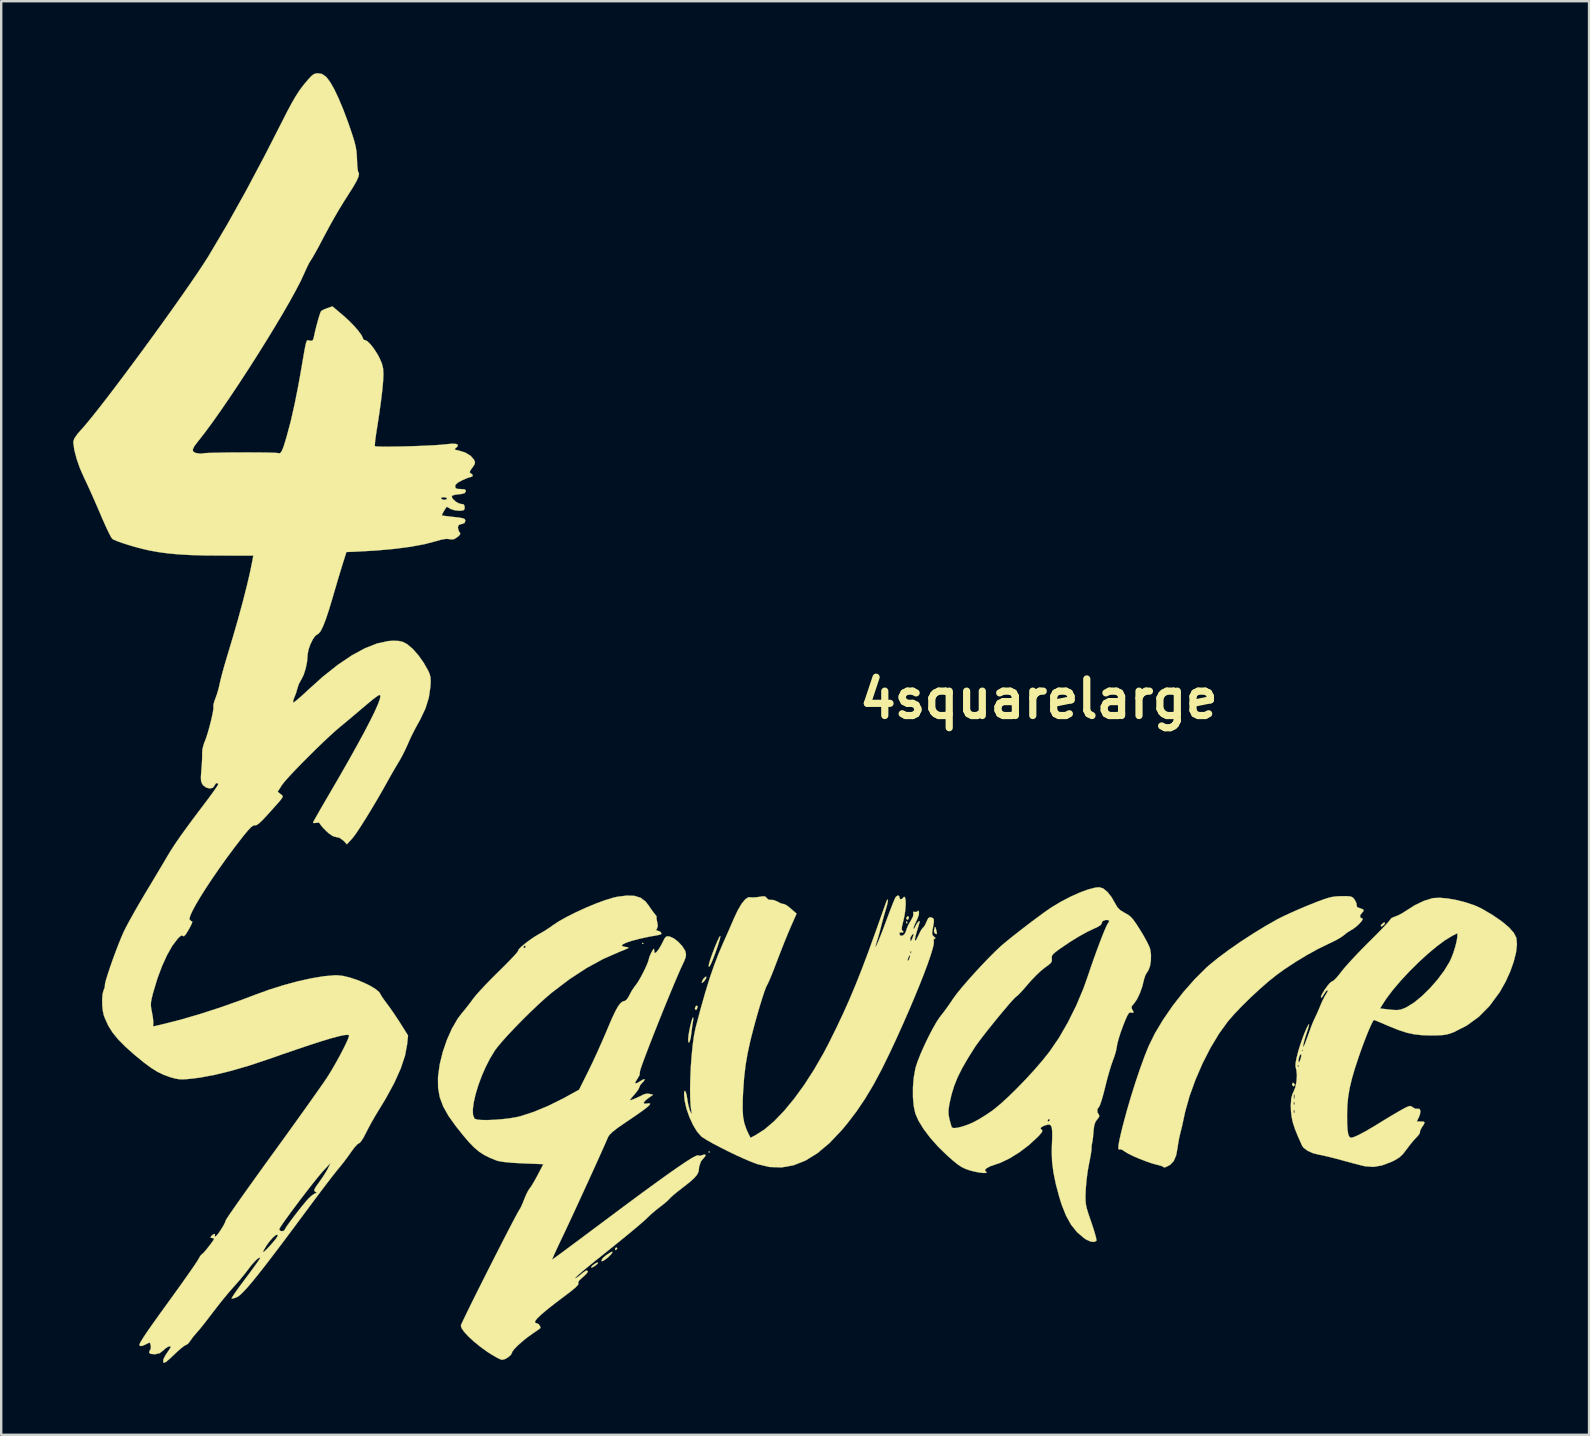
<source format=kicad_pcb>
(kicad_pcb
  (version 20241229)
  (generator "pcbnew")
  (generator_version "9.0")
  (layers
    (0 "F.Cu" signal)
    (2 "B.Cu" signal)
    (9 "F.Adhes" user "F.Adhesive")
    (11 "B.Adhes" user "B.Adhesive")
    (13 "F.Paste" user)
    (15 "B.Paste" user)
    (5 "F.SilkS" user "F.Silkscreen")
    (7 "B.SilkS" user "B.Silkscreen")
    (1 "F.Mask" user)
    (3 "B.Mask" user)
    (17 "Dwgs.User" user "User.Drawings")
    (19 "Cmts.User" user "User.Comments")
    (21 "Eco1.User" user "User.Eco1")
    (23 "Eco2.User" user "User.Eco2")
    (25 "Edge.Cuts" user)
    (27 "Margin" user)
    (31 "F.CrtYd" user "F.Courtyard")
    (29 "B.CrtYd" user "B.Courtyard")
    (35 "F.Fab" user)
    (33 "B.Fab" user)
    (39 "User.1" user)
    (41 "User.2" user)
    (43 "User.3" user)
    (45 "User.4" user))
  (footprint "4squarelarge"
    (layer "F.Cu")
    (at 40.249 26.082)
    (property "Reference" "4squarelarge" (at 0 0 0) (layer "F.SilkS") (effects (font (size 1.524 1.524) (thickness 0.3))))
    (attr through_hole)
    (fp_poly (pts (xy -16.482 10.188) (xy -16.51 10.216) (xy -16.538 10.188) (xy -16.51 10.16) (xy -16.482 10.188)) (stroke (width 0.01) (type solid)) (fill yes) (layer "F.SilkS"))
    (fp_poly (pts (xy -13.716 18.881) (xy -13.744 18.909) (xy -13.772 18.881) (xy -13.744 18.852) (xy -13.716 18.881)) (stroke (width 0.01) (type solid)) (fill yes) (layer "F.SilkS"))
    (fp_poly (pts (xy -5.494 9.276) (xy -5.487 9.343) (xy -5.494 9.351) (xy -5.527 9.343) (xy -5.532 9.313) (xy -5.511 9.267) (xy -5.494 9.276)) (stroke (width 0.01) (type solid)) (fill yes) (layer "F.SilkS"))
    (fp_poly (pts (xy -17.574 22.895) (xy -17.582 22.916) (xy -17.633 22.97) (xy -17.642 22.973) (xy -17.666 22.929) (xy -17.667 22.916) (xy -17.624 22.862) (xy -17.607 22.86) (xy -17.574 22.895)) (stroke (width 0.01) (type solid)) (fill yes) (layer "F.SilkS"))
    (fp_poly (pts (xy -14.232 12.797) (xy -14.224 12.834) (xy -14.257 12.932) (xy -14.28 12.954) (xy -14.329 12.942) (xy -14.337 12.904) (xy -14.304 12.807) (xy -14.28 12.785) (xy -14.232 12.797)) (stroke (width 0.01) (type solid)) (fill yes) (layer "F.SilkS"))
    (fp_poly (pts (xy -5.427 9.072) (xy -5.419 9.112) (xy -5.448 9.19) (xy -5.475 9.2) (xy -5.53 9.16) (xy -5.532 9.147) (xy -5.491 9.071) (xy -5.475 9.059) (xy -5.427 9.072)) (stroke (width 0.01) (type solid)) (fill yes) (layer "F.SilkS"))
    (fp_poly (pts (xy 10.612 16.002) (xy 10.666 16.074) (xy 10.668 16.09) (xy 10.625 16.142) (xy 10.612 16.143) (xy 10.562 16.097) (xy 10.555 16.055) (xy 10.582 15.997) (xy 10.612 16.002)) (stroke (width 0.01) (type solid)) (fill yes) (layer "F.SilkS"))
    (fp_poly (pts (xy 14.424 9.347) (xy 14.393 9.398) (xy 14.308 9.469) (xy 14.267 9.483) (xy 14.249 9.449) (xy 14.28 9.398) (xy 14.365 9.327) (xy 14.407 9.313) (xy 14.424 9.347)) (stroke (width 0.01) (type solid)) (fill yes) (layer "F.SilkS"))
    (fp_poly (pts (xy -18.374 23.512) (xy -18.443 23.582) (xy -18.457 23.594) (xy -18.576 23.673) (xy -18.65 23.701) (xy -18.661 23.677) (xy -18.591 23.603) (xy -18.578 23.592) (xy -18.464 23.513) (xy -18.381 23.482) (xy -18.374 23.512)) (stroke (width 0.01) (type solid)) (fill yes) (layer "F.SilkS"))
    (fp_poly (pts (xy -13.868 11.639) (xy -13.934 11.742) (xy -13.938 11.747) (xy -14.015 11.822) (xy -14.052 11.826) (xy -14.053 11.822) (xy -14.026 11.735) (xy -13.964 11.641) (xy -13.896 11.579) (xy -13.86 11.577) (xy -13.868 11.639)) (stroke (width 0.01) (type solid)) (fill yes) (layer "F.SilkS"))
    (fp_poly (pts (xy -4.314 9.509) (xy -4.282 9.618) (xy -4.281 9.621) (xy -4.251 9.756) (xy -4.264 9.802) (xy -4.325 9.778) (xy -4.332 9.774) (xy -4.372 9.689) (xy -4.362 9.594) (xy -4.335 9.503) (xy -4.314 9.509)) (stroke (width 0.01) (type solid)) (fill yes) (layer "F.SilkS"))
    (fp_poly (pts (xy -17.779 23.073) (xy -17.834 23.15) (xy -17.936 23.252) (xy -18.006 23.312) (xy -18.146 23.412) (xy -18.217 23.434) (xy -18.232 23.405) (xy -18.181 23.309) (xy -18.04 23.186) (xy -17.851 23.063) (xy -17.78 23.037) (xy -17.779 23.073)) (stroke (width 0.01) (type solid)) (fill yes) (layer "F.SilkS"))
    (fp_poly (pts (xy -14.401 13.297) (xy -14.409 13.399) (xy -14.415 13.434) (xy -14.443 13.605) (xy -14.473 13.826) (xy -14.488 13.958) (xy -14.516 14.139) (xy -14.551 14.266) (xy -14.584 14.324) (xy -14.609 14.299) (xy -14.617 14.185) (xy -14.604 14.038) (xy -14.573 13.844) (xy -14.53 13.636) (xy -14.484 13.449) (xy -14.442 13.317) (xy -14.42 13.276) (xy -14.401 13.297)) (stroke (width 0.01) (type solid)) (fill yes) (layer "F.SilkS"))
    (fp_poly (pts (xy -13.277 9.884) (xy -13.289 9.972) (xy -13.334 10.137) (xy -13.403 10.349) (xy -13.485 10.582) (xy -13.57 10.806) (xy -13.648 10.995) (xy -13.71 11.119) (xy -13.73 11.148) (xy -13.763 11.151) (xy -13.751 11.052) (xy -13.748 11.039) (xy -13.704 10.885) (xy -13.637 10.69) (xy -13.557 10.476) (xy -13.473 10.266) (xy -13.394 10.081) (xy -13.329 9.945) (xy -13.287 9.88) (xy -13.277 9.884)) (stroke (width 0.01) (type solid)) (fill yes) (layer "F.SilkS"))
    (fp_poly (pts (xy 12.973 8.229) (xy 13.061 8.259) (xy 13.124 8.317) (xy 13.163 8.37) (xy 13.231 8.498) (xy 13.247 8.6) (xy 13.245 8.606) (xy 13.267 8.678) (xy 13.381 8.721) (xy 13.513 8.768) (xy 13.537 8.832) (xy 13.462 8.918) (xy 13.388 9.018) (xy 13.391 9.105) (xy 13.47 9.144) (xy 13.473 9.144) (xy 13.498 9.175) (xy 13.454 9.255) (xy 13.359 9.364) (xy 13.233 9.481) (xy 13.096 9.585) (xy 13.01 9.635) (xy 12.843 9.739) (xy 12.697 9.856) (xy 12.58 9.939) (xy 12.393 10.047) (xy 12.166 10.161) (xy 12.062 10.208) (xy 11.644 10.412) (xy 11.177 10.669) (xy 10.695 10.961) (xy 10.234 11.265) (xy 9.919 11.492) (xy 9.582 11.761) (xy 9.209 12.086) (xy 8.825 12.442) (xy 8.456 12.805) (xy 8.127 13.15) (xy 7.866 13.452) (xy 7.502 13.957) (xy 7.148 14.547) (xy 6.818 15.194) (xy 6.525 15.872) (xy 6.279 16.552) (xy 6.095 17.207) (xy 6.039 17.47) (xy 5.987 17.715) (xy 5.927 17.968) (xy 5.895 18.09) (xy 5.841 18.325) (xy 5.796 18.584) (xy 5.784 18.68) (xy 5.722 19.018) (xy 5.62 19.259) (xy 5.472 19.414) (xy 5.426 19.441) (xy 5.296 19.506) (xy 5.23 19.526) (xy 5.19 19.508) (xy 5.176 19.494) (xy 5.102 19.461) (xy 4.964 19.423) (xy 4.927 19.415) (xy 4.725 19.36) (xy 4.472 19.273) (xy 4.201 19.168) (xy 3.942 19.057) (xy 3.728 18.953) (xy 3.59 18.868) (xy 3.589 18.867) (xy 3.473 18.791) (xy 3.392 18.767) (xy 3.384 18.769) (xy 3.334 18.78) (xy 3.312 18.726) (xy 3.319 18.598) (xy 3.356 18.388) (xy 3.424 18.087) (xy 3.503 17.768) (xy 3.66 17.183) (xy 3.838 16.574) (xy 4.029 15.968) (xy 4.223 15.392) (xy 4.412 14.874) (xy 4.571 14.478) (xy 4.835 13.939) (xy 5.178 13.366) (xy 5.581 12.782) (xy 6.026 12.211) (xy 6.496 11.678) (xy 6.973 11.206) (xy 7.1 11.092) (xy 7.472 10.789) (xy 7.92 10.456) (xy 8.42 10.109) (xy 8.947 9.767) (xy 9.474 9.445) (xy 9.934 9.185) (xy 10.16 9.071) (xy 10.459 8.931) (xy 10.798 8.78) (xy 11.144 8.634) (xy 11.289 8.575) (xy 11.622 8.443) (xy 11.875 8.349) (xy 12.072 8.286) (xy 12.235 8.248) (xy 12.388 8.228) (xy 12.555 8.22) (xy 12.607 8.219) (xy 12.832 8.218) (xy 12.973 8.229)) (stroke (width 0.01) (type solid)) (fill yes) (layer "F.SilkS"))
    (fp_poly (pts (xy -5.824 8.215) (xy -5.814 8.269) (xy -5.779 8.345) (xy -5.708 8.337) (xy -5.673 8.297) (xy -5.615 8.242) (xy -5.575 8.281) (xy -5.554 8.395) (xy -5.551 8.568) (xy -5.566 8.781) (xy -5.599 9.016) (xy -5.651 9.256) (xy -5.667 9.313) (xy -5.71 9.502) (xy -5.715 9.617) (xy -5.7 9.643) (xy -5.646 9.7) (xy -5.644 9.711) (xy -5.686 9.738) (xy -5.729 9.729) (xy -5.801 9.738) (xy -5.814 9.787) (xy -5.775 9.863) (xy -5.689 9.869) (xy -5.603 9.807) (xy -5.547 9.699) (xy -5.513 9.591) (xy -5.459 9.452) (xy -5.367 9.285) (xy -5.337 9.239) (xy -5.25 9.077) (xy -5.228 8.953) (xy -5.233 8.937) (xy -5.24 8.869) (xy -5.178 8.877) (xy -5.089 8.875) (xy -5.062 8.844) (xy -5.027 8.822) (xy -4.998 8.87) (xy -5.001 8.977) (xy -5.057 9.146) (xy -5.108 9.257) (xy -5.183 9.419) (xy -5.225 9.538) (xy -5.226 9.581) (xy -5.188 9.558) (xy -5.142 9.468) (xy -5.088 9.366) (xy -5.025 9.286) (xy -4.977 9.256) (xy -4.967 9.276) (xy -4.983 9.339) (xy -5.023 9.479) (xy -5.08 9.668) (xy -5.084 9.68) (xy -5.146 9.903) (xy -5.169 10.04) (xy -5.156 10.084) (xy -5.109 10.031) (xy -5.03 9.875) (xy -5.016 9.844) (xy -4.935 9.68) (xy -4.858 9.56) (xy -4.822 9.525) (xy -4.757 9.446) (xy -4.693 9.308) (xy -4.685 9.285) (xy -4.613 9.136) (xy -4.524 9.092) (xy -4.417 9.134) (xy -4.38 9.186) (xy -4.376 9.29) (xy -4.405 9.472) (xy -4.411 9.502) (xy -4.444 9.688) (xy -4.447 9.797) (xy -4.416 9.864) (xy -4.369 9.906) (xy -4.307 9.97) (xy -4.338 9.989) (xy -4.389 10.029) (xy -4.379 10.084) (xy -4.379 10.194) (xy -4.425 10.397) (xy -4.511 10.682) (xy -4.635 11.041) (xy -4.793 11.464) (xy -4.982 11.941) (xy -5.196 12.462) (xy -5.433 13.02) (xy -5.689 13.603) (xy -5.96 14.202) (xy -6.18 14.676) (xy -6.544 15.421) (xy -6.894 16.076) (xy -7.243 16.659) (xy -7.602 17.191) (xy -7.983 17.69) (xy -8.229 17.984) (xy -8.732 18.513) (xy -9.231 18.931) (xy -9.727 19.238) (xy -10.225 19.435) (xy -10.726 19.524) (xy -11.234 19.506) (xy -11.74 19.384) (xy -11.98 19.294) (xy -12.275 19.169) (xy -12.605 19.019) (xy -12.949 18.854) (xy -13.283 18.686) (xy -13.588 18.526) (xy -13.84 18.383) (xy -14.02 18.269) (xy -14.069 18.232) (xy -14.244 18.035) (xy -14.413 17.756) (xy -14.565 17.427) (xy -14.687 17.077) (xy -14.765 16.737) (xy -14.788 16.476) (xy -14.778 16.354) (xy -14.75 16.331) (xy -14.714 16.393) (xy -14.678 16.528) (xy -14.652 16.692) (xy -14.615 16.906) (xy -14.564 17.101) (xy -14.531 17.187) (xy -14.479 17.289) (xy -14.465 17.292) (xy -14.479 17.216) (xy -14.514 16.967) (xy -14.533 16.631) (xy -14.537 16.229) (xy -14.527 15.785) (xy -14.506 15.322) (xy -14.472 14.862) (xy -14.429 14.43) (xy -14.377 14.049) (xy -14.316 13.74) (xy -14.309 13.71) (xy -14.103 12.931) (xy -13.909 12.248) (xy -13.723 11.645) (xy -13.538 11.107) (xy -13.351 10.618) (xy -13.168 10.191) (xy -13.034 9.891) (xy -12.89 9.564) (xy -12.759 9.262) (xy -12.707 9.142) (xy -12.547 8.802) (xy -12.39 8.536) (xy -12.243 8.355) (xy -12.113 8.266) (xy -12.04 8.264) (xy -11.921 8.274) (xy -11.746 8.261) (xy -11.665 8.248) (xy -11.498 8.224) (xy -11.405 8.234) (xy -11.353 8.285) (xy -11.344 8.299) (xy -11.251 8.374) (xy -11.179 8.371) (xy -11.059 8.38) (xy -10.909 8.438) (xy -10.882 8.454) (xy -10.748 8.521) (xy -10.652 8.546) (xy -10.64 8.544) (xy -10.57 8.567) (xy -10.448 8.648) (xy -10.341 8.735) (xy -10.099 8.946) (xy -10.348 9.511) (xy -10.459 9.771) (xy -10.594 10.101) (xy -10.738 10.465) (xy -10.878 10.826) (xy -10.925 10.95) (xy -11.039 11.249) (xy -11.145 11.515) (xy -11.234 11.728) (xy -11.297 11.867) (xy -11.322 11.91) (xy -11.368 12.002) (xy -11.437 12.185) (xy -11.522 12.443) (xy -11.62 12.758) (xy -11.724 13.112) (xy -11.83 13.488) (xy -11.931 13.869) (xy -12.024 14.235) (xy -12.025 14.24) (xy -12.139 14.76) (xy -12.225 15.263) (xy -12.286 15.787) (xy -12.327 16.367) (xy -12.342 16.697) (xy -12.347 17.095) (xy -12.328 17.413) (xy -12.277 17.683) (xy -12.189 17.937) (xy -12.098 18.133) (xy -12.019 18.289) (xy -11.809 18.18) (xy -11.433 17.939) (xy -11.035 17.6) (xy -10.621 17.171) (xy -10.2 16.662) (xy -9.779 16.082) (xy -9.366 15.441) (xy -8.968 14.75) (xy -8.735 14.304) (xy -8.431 13.689) (xy -8.152 13.098) (xy -7.89 12.511) (xy -7.636 11.906) (xy -7.38 11.262) (xy -7.241 10.894) (xy -5.47 10.894) (xy -5.453 10.915) (xy -5.417 10.864) (xy -5.383 10.777) (xy -5.367 10.696) (xy -5.388 10.686) (xy -5.419 10.724) (xy -5.465 10.845) (xy -5.47 10.894) (xy -7.241 10.894) (xy -7.113 10.557) (xy -7.113 10.555) (xy -5.362 10.555) (xy -5.342 10.602) (xy -5.325 10.593) (xy -5.318 10.526) (xy -5.325 10.517) (xy -5.358 10.525) (xy -5.362 10.555) (xy -7.113 10.555) (xy -6.828 9.768) (xy -6.766 9.596) (xy -6.647 9.26) (xy -6.54 8.958) (xy -6.451 8.707) (xy -6.386 8.524) (xy -6.351 8.425) (xy -6.348 8.416) (xy -6.308 8.362) (xy -6.291 8.365) (xy -6.293 8.429) (xy -6.323 8.57) (xy -6.375 8.754) (xy -6.451 9.013) (xy -6.528 9.291) (xy -6.57 9.454) (xy -6.633 9.698) (xy -6.704 9.949) (xy -6.743 10.074) (xy -6.796 10.252) (xy -6.813 10.334) (xy -6.798 10.326) (xy -6.753 10.237) (xy -6.683 10.075) (xy -6.651 9.998) (xy -5.362 9.998) (xy -5.351 10.091) (xy -5.318 10.075) (xy -5.263 9.949) (xy -5.256 9.928) (xy -5.221 9.815) (xy -5.232 9.789) (xy -5.278 9.822) (xy -5.35 9.934) (xy -5.362 9.998) (xy -6.651 9.998) (xy -6.591 9.849) (xy -6.481 9.565) (xy -6.377 9.285) (xy -6.26 8.973) (xy -6.154 8.695) (xy -6.065 8.471) (xy -6 8.317) (xy -5.968 8.255) (xy -5.883 8.189) (xy -5.824 8.215)) (stroke (width 0.01) (type solid)) (fill yes) (layer "F.SilkS"))
    (fp_poly (pts (xy 2.68 7.897) (xy 2.856 8.041) (xy 3.029 8.26) (xy 3.147 8.467) (xy 3.261 8.665) (xy 3.384 8.797) (xy 3.557 8.905) (xy 3.584 8.918) (xy 3.716 8.992) (xy 3.827 9.08) (xy 3.937 9.203) (xy 4.065 9.383) (xy 4.219 9.624) (xy 4.367 9.871) (xy 4.497 10.107) (xy 4.592 10.302) (xy 4.635 10.414) (xy 4.672 10.65) (xy 4.668 10.907) (xy 4.628 11.145) (xy 4.556 11.326) (xy 4.526 11.366) (xy 4.443 11.503) (xy 4.383 11.68) (xy 4.377 11.708) (xy 4.31 11.982) (xy 4.211 12.258) (xy 4.097 12.501) (xy 3.982 12.673) (xy 3.964 12.692) (xy 3.873 12.801) (xy 3.863 12.885) (xy 3.887 12.935) (xy 3.944 13.046) (xy 3.924 13.084) (xy 3.843 13.068) (xy 3.791 13.066) (xy 3.741 13.106) (xy 3.683 13.203) (xy 3.606 13.375) (xy 3.503 13.637) (xy 3.502 13.638) (xy 3.405 13.905) (xy 3.325 14.158) (xy 3.27 14.364) (xy 3.251 14.472) (xy 3.219 14.65) (xy 3.154 14.876) (xy 3.089 15.053) (xy 3.022 15.241) (xy 2.94 15.507) (xy 2.853 15.816) (xy 2.772 16.136) (xy 2.761 16.182) (xy 2.689 16.465) (xy 2.619 16.71) (xy 2.558 16.893) (xy 2.512 16.995) (xy 2.501 17.007) (xy 2.436 17.103) (xy 2.443 17.233) (xy 2.494 17.316) (xy 2.523 17.385) (xy 2.471 17.477) (xy 2.431 17.521) (xy 2.354 17.632) (xy 2.306 17.781) (xy 2.278 18.003) (xy 2.275 18.044) (xy 2.257 18.252) (xy 2.236 18.422) (xy 2.217 18.514) (xy 2.195 18.641) (xy 2.196 18.714) (xy 2.189 18.818) (xy 2.161 19.001) (xy 2.118 19.232) (xy 2.091 19.365) (xy 2.035 19.674) (xy 1.988 20.034) (xy 1.957 20.38) (xy 1.951 20.485) (xy 1.943 20.724) (xy 1.945 20.909) (xy 1.961 21.07) (xy 1.998 21.238) (xy 2.06 21.444) (xy 2.153 21.719) (xy 2.18 21.797) (xy 2.271 22.066) (xy 2.341 22.299) (xy 2.387 22.474) (xy 2.401 22.569) (xy 2.399 22.578) (xy 2.305 22.631) (xy 2.153 22.613) (xy 1.967 22.528) (xy 1.881 22.471) (xy 1.588 22.219) (xy 1.342 21.913) (xy 1.133 21.538) (xy 0.949 21.075) (xy 0.854 20.772) (xy 0.706 20.218) (xy 0.607 19.735) (xy 0.551 19.295) (xy 0.535 18.867) (xy 0.543 18.598) (xy 0.557 18.257) (xy 0.555 18.014) (xy 0.534 17.855) (xy 0.492 17.767) (xy 0.426 17.736) (xy 0.379 17.738) (xy 0.225 17.783) (xy 0.141 17.823) (xy 0.066 17.881) (xy 0.087 17.928) (xy 0.113 17.946) (xy 0.146 17.99) (xy 0.123 18.057) (xy 0.032 18.169) (xy -0.057 18.262) (xy -0.415 18.592) (xy -0.811 18.892) (xy -1.217 19.145) (xy -1.606 19.332) (xy -1.838 19.41) (xy -2.012 19.47) (xy -2.154 19.542) (xy -2.175 19.556) (xy -2.248 19.626) (xy -2.231 19.675) (xy -2.201 19.697) (xy -2.173 19.738) (xy -2.234 19.756) (xy -2.362 19.752) (xy -2.538 19.728) (xy -2.74 19.685) (xy -2.897 19.642) (xy -3.067 19.582) (xy -3.219 19.508) (xy -3.377 19.404) (xy -3.565 19.253) (xy -3.808 19.04) (xy -3.82 19.029) (xy -4.192 18.668) (xy -4.526 18.292) (xy -4.807 17.92) (xy -5.021 17.571) (xy -5.146 17.286) (xy -5.182 17.124) (xy -3.767 17.124) (xy -3.765 17.323) (xy -3.727 17.519) (xy -3.681 17.692) (xy -3.642 17.819) (xy -3.626 17.857) (xy -3.548 17.886) (xy -3.392 17.871) (xy -3.179 17.818) (xy -2.933 17.731) (xy -2.738 17.646) (xy -2.566 17.554) (xy 0.367 17.554) (xy 0.371 17.606) (xy 0.392 17.611) (xy 0.449 17.57) (xy 0.452 17.554) (xy 0.432 17.499) (xy 0.427 17.498) (xy 0.378 17.537) (xy 0.367 17.554) (xy -2.566 17.554) (xy -2.508 17.523) (xy -2.239 17.358) (xy -1.975 17.18) (xy -1.887 17.115) (xy -1.601 16.88) (xy -1.267 16.575) (xy -0.905 16.22) (xy -0.534 15.836) (xy -0.173 15.442) (xy 0.157 15.058) (xy 0.438 14.706) (xy 0.445 14.697) (xy 0.834 14.129) (xy 1.209 13.48) (xy 1.556 12.781) (xy 1.858 12.065) (xy 2.032 11.575) (xy 2.153 11.217) (xy 2.281 10.848) (xy 2.413 10.484) (xy 2.54 10.144) (xy 2.657 9.842) (xy 2.757 9.598) (xy 2.834 9.426) (xy 2.882 9.345) (xy 2.882 9.344) (xy 2.934 9.257) (xy 2.884 9.212) (xy 2.78 9.211) (xy 2.656 9.255) (xy 2.624 9.333) (xy 2.581 9.417) (xy 2.444 9.505) (xy 2.314 9.563) (xy 2.015 9.704) (xy 1.657 9.903) (xy 1.267 10.145) (xy 0.871 10.415) (xy 0.863 10.42) (xy 0.683 10.554) (xy 0.58 10.649) (xy 0.537 10.727) (xy 0.537 10.811) (xy 0.539 10.825) (xy 0.542 10.916) (xy 0.503 10.996) (xy 0.401 11.088) (xy 0.257 11.191) (xy 0.087 11.328) (xy -0.12 11.523) (xy -0.334 11.746) (xy -0.456 11.887) (xy -0.626 12.085) (xy -0.777 12.25) (xy -0.889 12.362) (xy -0.941 12.401) (xy -1.003 12.455) (xy -1.122 12.582) (xy -1.285 12.769) (xy -1.48 12.999) (xy -1.695 13.258) (xy -1.917 13.531) (xy -2.134 13.802) (xy -2.333 14.056) (xy -2.501 14.278) (xy -2.628 14.453) (xy -2.664 14.506) (xy -2.963 14.981) (xy -3.2 15.392) (xy -3.385 15.763) (xy -3.527 16.115) (xy -3.637 16.472) (xy -3.726 16.856) (xy -3.731 16.88) (xy -3.767 17.124) (xy -5.182 17.124) (xy -5.214 16.979) (xy -5.249 16.6) (xy -5.249 16.188) (xy -5.215 15.777) (xy -5.148 15.405) (xy -5.135 15.352) (xy -5.05 15.095) (xy -4.925 14.781) (xy -4.772 14.436) (xy -4.604 14.085) (xy -4.432 13.755) (xy -4.27 13.47) (xy -4.129 13.257) (xy -4.088 13.205) (xy -3.96 13.042) (xy -3.799 12.821) (xy -3.633 12.582) (xy -3.574 12.492) (xy -3.432 12.297) (xy -3.227 12.044) (xy -2.974 11.749) (xy -2.69 11.431) (xy -2.393 11.11) (xy -2.1 10.803) (xy -1.827 10.53) (xy -1.592 10.308) (xy -1.534 10.258) (xy -1.314 10.073) (xy -1.035 9.849) (xy -0.721 9.603) (xy -0.393 9.352) (xy -0.074 9.113) (xy 0.213 8.902) (xy 0.447 8.738) (xy 0.536 8.679) (xy 0.922 8.447) (xy 1.317 8.242) (xy 1.699 8.07) (xy 2.048 7.941) (xy 2.343 7.864) (xy 2.517 7.846) (xy 2.68 7.897)) (stroke (width 0.01) (type solid)) (fill yes) (layer "F.SilkS"))
    (fp_poly (pts (xy 17.048 8.317) (xy 17.421 8.384) (xy 17.798 8.48) (xy 18.15 8.598) (xy 18.436 8.728) (xy 18.902 9) (xy 19.288 9.265) (xy 19.588 9.516) (xy 19.795 9.749) (xy 19.9 9.956) (xy 19.902 9.964) (xy 19.925 10.232) (xy 19.886 10.568) (xy 19.789 10.952) (xy 19.643 11.363) (xy 19.453 11.781) (xy 19.226 12.184) (xy 19.188 12.243) (xy 18.78 12.797) (xy 18.331 13.25) (xy 17.831 13.613) (xy 17.301 13.882) (xy 17.129 13.948) (xy 16.968 13.99) (xy 16.784 14.013) (xy 16.544 14.022) (xy 16.341 14.024) (xy 15.972 14.013) (xy 15.647 13.977) (xy 15.332 13.909) (xy 14.994 13.799) (xy 14.601 13.642) (xy 14.49 13.594) (xy 14.273 13.501) (xy 14.099 13.428) (xy 13.989 13.385) (xy 13.965 13.377) (xy 13.924 13.428) (xy 13.852 13.569) (xy 13.757 13.783) (xy 13.646 14.055) (xy 13.526 14.368) (xy 13.403 14.705) (xy 13.36 14.827) (xy 13.183 15.359) (xy 13.049 15.812) (xy 12.953 16.212) (xy 12.891 16.582) (xy 12.856 16.946) (xy 12.845 17.3) (xy 12.848 17.679) (xy 12.864 17.956) (xy 12.893 18.142) (xy 12.939 18.249) (xy 13.003 18.287) (xy 13.013 18.288) (xy 13.134 18.257) (xy 13.334 18.167) (xy 13.602 18.025) (xy 13.925 17.837) (xy 14.196 17.671) (xy 14.461 17.507) (xy 14.742 17.339) (xy 14.994 17.191) (xy 15.089 17.138) (xy 15.284 17.031) (xy 15.408 16.976) (xy 15.486 16.964) (xy 15.545 16.99) (xy 15.581 17.02) (xy 15.694 17.081) (xy 15.776 17.082) (xy 15.865 17.086) (xy 15.902 17.171) (xy 15.883 17.313) (xy 15.842 17.418) (xy 15.75 17.611) (xy 15.918 17.611) (xy 16.039 17.618) (xy 16.077 17.656) (xy 16.036 17.745) (xy 15.97 17.841) (xy 15.901 17.962) (xy 15.881 18.046) (xy 15.884 18.053) (xy 15.865 18.118) (xy 15.783 18.223) (xy 15.741 18.265) (xy 15.62 18.396) (xy 15.469 18.58) (xy 15.325 18.771) (xy 15.17 18.971) (xy 15.022 19.109) (xy 14.837 19.222) (xy 14.691 19.293) (xy 14.299 19.441) (xy 13.947 19.502) (xy 13.607 19.478) (xy 13.547 19.466) (xy 13.391 19.428) (xy 13.159 19.368) (xy 12.883 19.294) (xy 12.615 19.221) (xy 12.329 19.144) (xy 12.057 19.076) (xy 11.833 19.024) (xy 11.693 18.997) (xy 11.43 18.934) (xy 11.199 18.83) (xy 11.03 18.702) (xy 10.97 18.618) (xy 10.798 18.233) (xy 10.672 17.921) (xy 10.586 17.659) (xy 10.534 17.421) (xy 10.508 17.183) (xy 10.616 17.183) (xy 10.626 17.256) (xy 10.646 17.257) (xy 10.659 17.181) (xy 10.65 17.149) (xy 10.625 17.127) (xy 10.616 17.183) (xy 10.508 17.183) (xy 10.508 17.181) (xy 10.5 16.933) (xy 10.506 16.844) (xy 10.616 16.844) (xy 10.626 16.917) (xy 10.646 16.918) (xy 10.659 16.843) (xy 10.65 16.81) (xy 10.625 16.788) (xy 10.616 16.844) (xy 10.506 16.844) (xy 10.517 16.652) (xy 10.541 16.566) (xy 10.623 16.566) (xy 10.629 16.663) (xy 10.646 16.671) (xy 10.649 16.666) (xy 10.66 16.554) (xy 10.651 16.497) (xy 10.633 16.474) (xy 10.623 16.549) (xy 10.623 16.566) (xy 10.541 16.566) (xy 10.573 16.452) (xy 10.602 16.397) (xy 10.683 16.199) (xy 10.736 15.945) (xy 10.754 15.684) (xy 10.732 15.463) (xy 10.72 15.421) (xy 10.696 15.314) (xy 10.697 15.296) (xy 10.781 15.296) (xy 10.802 15.343) (xy 10.819 15.334) (xy 10.825 15.267) (xy 10.819 15.259) (xy 10.785 15.267) (xy 10.781 15.296) (xy 10.697 15.296) (xy 10.699 15.183) (xy 10.709 15.124) (xy 10.82 15.124) (xy 10.845 15.138) (xy 10.885 15.066) (xy 10.926 14.935) (xy 10.942 14.822) (xy 10.909 14.808) (xy 10.86 14.884) (xy 10.825 15.015) (xy 10.82 15.124) (xy 10.709 15.124) (xy 10.731 15) (xy 10.796 14.738) (xy 10.801 14.718) (xy 10.822 14.647) (xy 10.95 14.647) (xy 10.978 14.676) (xy 11.007 14.647) (xy 10.978 14.619) (xy 10.95 14.647) (xy 10.822 14.647) (xy 10.868 14.492) (xy 10.949 14.25) (xy 11.036 14.014) (xy 11.12 13.807) (xy 11.193 13.65) (xy 11.245 13.566) (xy 11.263 13.559) (xy 11.254 13.616) (xy 11.215 13.752) (xy 11.155 13.939) (xy 11.144 13.97) (xy 11.078 14.18) (xy 11.031 14.36) (xy 11.011 14.474) (xy 11.011 14.478) (xy 11.018 14.506) (xy 11.039 14.48) (xy 11.08 14.389) (xy 11.144 14.224) (xy 11.236 13.973) (xy 11.348 13.66) (xy 11.425 13.467) (xy 11.515 13.272) (xy 11.518 13.264) (xy 11.598 13.096) (xy 11.683 12.898) (xy 14.219 12.898) (xy 14.49 12.931) (xy 14.748 12.959) (xy 14.931 12.966) (xy 15.075 12.946) (xy 15.218 12.895) (xy 15.347 12.834) (xy 15.646 12.647) (xy 15.97 12.38) (xy 16.299 12.057) (xy 16.612 11.699) (xy 16.888 11.331) (xy 17.106 10.975) (xy 17.189 10.803) (xy 17.277 10.574) (xy 17.355 10.323) (xy 17.413 10.089) (xy 17.44 9.912) (xy 17.441 9.891) (xy 17.441 9.763) (xy 17.23 9.871) (xy 16.932 10.051) (xy 16.587 10.307) (xy 16.211 10.621) (xy 15.822 10.977) (xy 15.438 11.358) (xy 15.076 11.748) (xy 14.752 12.129) (xy 14.485 12.484) (xy 14.398 12.615) (xy 14.219 12.898) (xy 11.683 12.898) (xy 11.69 12.882) (xy 11.739 12.761) (xy 11.827 12.559) (xy 11.923 12.376) (xy 11.973 12.295) (xy 12.033 12.191) (xy 12.036 12.137) (xy 12.028 12.136) (xy 11.965 12.181) (xy 11.889 12.292) (xy 11.879 12.31) (xy 11.811 12.417) (xy 11.761 12.455) (xy 11.756 12.452) (xy 11.762 12.387) (xy 11.822 12.264) (xy 11.915 12.113) (xy 12.022 11.963) (xy 12.123 11.842) (xy 12.199 11.779) (xy 12.214 11.776) (xy 12.284 11.737) (xy 12.398 11.625) (xy 12.535 11.461) (xy 12.596 11.381) (xy 12.728 11.217) (xy 12.924 10.994) (xy 13.167 10.732) (xy 13.438 10.449) (xy 13.719 10.164) (xy 13.77 10.115) (xy 14.027 9.859) (xy 14.254 9.627) (xy 14.44 9.432) (xy 14.573 9.286) (xy 14.641 9.201) (xy 14.647 9.187) (xy 14.696 9.131) (xy 14.815 9.08) (xy 14.834 9.075) (xy 14.987 9.013) (xy 15.176 8.91) (xy 15.286 8.838) (xy 15.667 8.597) (xy 16.044 8.416) (xy 16.387 8.309) (xy 16.446 8.298) (xy 16.713 8.286) (xy 17.048 8.317)) (stroke (width 0.01) (type solid)) (fill yes) (layer "F.SilkS"))
    (fp_poly (pts (xy -16.856 8.205) (xy -16.6 8.285) (xy -16.397 8.437) (xy -16.268 8.602) (xy -16.154 8.771) (xy -16.043 8.921) (xy -16.009 8.961) (xy -15.941 9.049) (xy -15.93 9.087) (xy -15.931 9.088) (xy -15.94 9.135) (xy -15.918 9.253) (xy -15.909 9.289) (xy -15.882 9.46) (xy -15.917 9.567) (xy -15.921 9.571) (xy -15.957 9.636) (xy -15.903 9.652) (xy -15.796 9.692) (xy -15.753 9.73) (xy -15.728 9.79) (xy -15.792 9.824) (xy -15.845 9.835) (xy -16.275 9.914) (xy -16.652 9.996) (xy -16.963 10.078) (xy -17.197 10.155) (xy -17.341 10.225) (xy -17.385 10.278) (xy -17.335 10.313) (xy -17.215 10.338) (xy -17.201 10.34) (xy -17.12 10.352) (xy -17.105 10.373) (xy -17.168 10.41) (xy -17.319 10.474) (xy -17.441 10.521) (xy -18.152 10.832) (xy -18.85 11.212) (xy -19.554 11.672) (xy -20.282 12.224) (xy -20.292 12.232) (xy -20.555 12.455) (xy -20.857 12.729) (xy -21.182 13.037) (xy -21.512 13.363) (xy -21.833 13.691) (xy -22.129 14.004) (xy -22.382 14.286) (xy -22.578 14.522) (xy -22.671 14.647) (xy -22.873 14.978) (xy -23.059 15.341) (xy -23.225 15.722) (xy -23.366 16.104) (xy -23.477 16.472) (xy -23.554 16.809) (xy -23.592 17.099) (xy -23.586 17.326) (xy -23.531 17.474) (xy -23.508 17.498) (xy -23.406 17.532) (xy -23.216 17.548) (xy -22.961 17.55) (xy -22.666 17.537) (xy -22.354 17.512) (xy -22.049 17.476) (xy -21.775 17.429) (xy -21.614 17.392) (xy -21.052 17.209) (xy -20.442 16.955) (xy -19.815 16.644) (xy -19.699 16.58) (xy -19.163 16.284) (xy -18.768 15.492) (xy -18.603 15.151) (xy -18.416 14.747) (xy -18.226 14.322) (xy -18.05 13.917) (xy -17.984 13.759) (xy -17.813 13.357) (xy -17.671 13.052) (xy -17.552 12.833) (xy -17.448 12.689) (xy -17.354 12.611) (xy -17.263 12.587) (xy -17.263 12.587) (xy -17.19 12.54) (xy -17.105 12.42) (xy -17.069 12.348) (xy -16.963 12.152) (xy -16.835 11.966) (xy -16.805 11.93) (xy -16.716 11.805) (xy -16.606 11.618) (xy -16.49 11.4) (xy -16.383 11.179) (xy -16.301 10.987) (xy -16.257 10.852) (xy -16.254 10.827) (xy -16.226 10.732) (xy -16.162 10.591) (xy -16.143 10.555) (xy -16.075 10.437) (xy -16.043 10.412) (xy -16.033 10.471) (xy -16.033 10.493) (xy -16.023 10.587) (xy -15.982 10.582) (xy -15.927 10.536) (xy -15.845 10.432) (xy -15.747 10.269) (xy -15.689 10.155) (xy -15.608 9.993) (xy -15.545 9.912) (xy -15.472 9.89) (xy -15.385 9.902) (xy -15.216 9.978) (xy -15.031 10.121) (xy -14.864 10.3) (xy -14.749 10.483) (xy -14.732 10.526) (xy -14.707 10.649) (xy -14.724 10.774) (xy -14.791 10.943) (xy -14.815 10.993) (xy -14.915 11.208) (xy -15.04 11.493) (xy -15.186 11.834) (xy -15.346 12.218) (xy -15.517 12.632) (xy -15.692 13.062) (xy -15.866 13.496) (xy -16.035 13.921) (xy -16.192 14.323) (xy -16.333 14.689) (xy -16.453 15.007) (xy -16.546 15.262) (xy -16.607 15.443) (xy -16.63 15.535) (xy -16.63 15.541) (xy -16.646 15.682) (xy -16.741 15.844) (xy -16.82 15.97) (xy -16.815 16.023) (xy -16.733 16.003) (xy -16.589 15.913) (xy -16.471 15.847) (xy -16.428 15.857) (xy -16.468 15.931) (xy -16.538 16.002) (xy -16.623 16.105) (xy -16.651 16.18) (xy -16.687 16.262) (xy -16.778 16.39) (xy -16.849 16.474) (xy -16.96 16.603) (xy -17.032 16.696) (xy -17.046 16.723) (xy -17.001 16.719) (xy -16.885 16.676) (xy -16.73 16.609) (xy -16.565 16.531) (xy -16.467 16.479) (xy -16.337 16.449) (xy -16.224 16.46) (xy -16.08 16.496) (xy -16.281 16.639) (xy -16.424 16.756) (xy -16.475 16.836) (xy -16.433 16.871) (xy -16.341 16.863) (xy -16.239 16.852) (xy -16.2 16.871) (xy -16.23 16.925) (xy -16.332 17.019) (xy -16.513 17.157) (xy -16.778 17.344) (xy -17.132 17.585) (xy -17.255 17.668) (xy -17.558 17.877) (xy -17.77 18.043) (xy -17.901 18.172) (xy -17.957 18.26) (xy -18.018 18.404) (xy -18.12 18.635) (xy -18.256 18.939) (xy -18.418 19.299) (xy -18.6 19.7) (xy -18.795 20.128) (xy -18.996 20.566) (xy -19.196 21.001) (xy -19.387 21.416) (xy -19.564 21.796) (xy -19.718 22.127) (xy -19.844 22.392) (xy -19.859 22.423) (xy -20 22.72) (xy -20.121 22.979) (xy -20.214 23.184) (xy -20.272 23.319) (xy -20.289 23.368) (xy -20.289 23.368) (xy -20.24 23.335) (xy -20.11 23.241) (xy -19.906 23.092) (xy -19.638 22.893) (xy -19.314 22.653) (xy -18.942 22.376) (xy -18.531 22.069) (xy -18.089 21.739) (xy -17.936 21.625) (xy -17.198 21.074) (xy -16.547 20.593) (xy -15.98 20.179) (xy -15.495 19.83) (xy -15.091 19.546) (xy -14.764 19.324) (xy -14.514 19.164) (xy -14.337 19.064) (xy -14.232 19.022) (xy -14.201 19.025) (xy -14.117 19.04) (xy -14.041 19.015) (xy -13.935 18.983) (xy -13.887 19.012) (xy -13.922 19.08) (xy -13.942 19.098) (xy -14.088 19.278) (xy -14.163 19.506) (xy -14.168 19.578) (xy -14.186 19.704) (xy -14.25 19.832) (xy -14.372 19.974) (xy -14.564 20.146) (xy -14.839 20.361) (xy -14.856 20.374) (xy -15.059 20.532) (xy -15.232 20.674) (xy -15.352 20.782) (xy -15.39 20.824) (xy -15.469 20.906) (xy -15.609 21.027) (xy -15.781 21.162) (xy -15.787 21.166) (xy -15.981 21.318) (xy -16.163 21.474) (xy -16.284 21.589) (xy -16.403 21.704) (xy -16.598 21.875) (xy -16.87 22.105) (xy -17.223 22.397) (xy -17.659 22.751) (xy -18.181 23.171) (xy -18.53 23.45) (xy -18.789 23.66) (xy -19.012 23.845) (xy -19.186 23.995) (xy -19.299 24.099) (xy -19.336 24.144) (xy -19.336 24.145) (xy -19.281 24.128) (xy -19.174 24.053) (xy -19.106 23.996) (xy -18.977 23.892) (xy -18.877 23.828) (xy -18.85 23.82) (xy -18.796 23.848) (xy -18.833 23.929) (xy -18.954 24.052) (xy -19.021 24.108) (xy -19.161 24.238) (xy -19.204 24.326) (xy -19.192 24.354) (xy -19.202 24.409) (xy -19.291 24.507) (xy -19.465 24.656) (xy -19.729 24.858) (xy -19.741 24.867) (xy -20.169 25.19) (xy -20.505 25.455) (xy -20.753 25.666) (xy -20.916 25.824) (xy -20.997 25.934) (xy -20.999 25.998) (xy -20.925 26.021) (xy -20.919 26.021) (xy -20.838 26.067) (xy -20.78 26.167) (xy -20.772 26.215) (xy -20.815 26.252) (xy -20.928 26.332) (xy -21.088 26.441) (xy -21.092 26.444) (xy -21.308 26.598) (xy -21.52 26.768) (xy -21.71 26.937) (xy -21.858 27.087) (xy -21.943 27.199) (xy -21.957 27.238) (xy -22.003 27.332) (xy -22.116 27.433) (xy -22.255 27.514) (xy -22.374 27.543) (xy -22.469 27.512) (xy -22.631 27.43) (xy -22.833 27.31) (xy -22.973 27.22) (xy -23.272 27.005) (xy -23.545 26.784) (xy -23.777 26.57) (xy -23.954 26.377) (xy -24.063 26.219) (xy -24.091 26.115) (xy -24.063 26.043) (xy -23.989 25.884) (xy -23.876 25.649) (xy -23.73 25.35) (xy -23.557 25) (xy -23.363 24.611) (xy -23.154 24.196) (xy -22.938 23.766) (xy -22.719 23.335) (xy -22.505 22.914) (xy -22.301 22.515) (xy -22.113 22.151) (xy -21.949 21.835) (xy -21.813 21.578) (xy -21.713 21.392) (xy -21.654 21.291) (xy -21.645 21.28) (xy -21.59 21.183) (xy -21.516 21.019) (xy -21.452 20.856) (xy -21.37 20.658) (xy -21.284 20.49) (xy -21.226 20.405) (xy -21.154 20.304) (xy -21.05 20.133) (xy -20.933 19.923) (xy -20.889 19.84) (xy -20.653 19.389) (xy -21.517 19.355) (xy -21.955 19.331) (xy -22.295 19.298) (xy -22.533 19.257) (xy -22.61 19.234) (xy -22.884 19.122) (xy -23.118 19.006) (xy -23.327 18.87) (xy -23.53 18.7) (xy -23.744 18.481) (xy -23.986 18.199) (xy -24.273 17.839) (xy -24.292 17.816) (xy -24.604 17.381) (xy -24.827 16.984) (xy -24.97 16.601) (xy -25.04 16.211) (xy -25.045 15.791) (xy -25.04 15.72) (xy -24.972 15.227) (xy -24.845 14.712) (xy -24.671 14.205) (xy -24.461 13.734) (xy -24.225 13.328) (xy -24.064 13.115) (xy -23.885 12.897) (xy -23.699 12.659) (xy -23.563 12.474) (xy -23.453 12.338) (xy -23.278 12.142) (xy -23.055 11.904) (xy -22.8 11.642) (xy -22.531 11.375) (xy -22.509 11.354) (xy -22.26 11.108) (xy -22.044 10.888) (xy -21.872 10.706) (xy -21.755 10.573) (xy -21.705 10.502) (xy -21.705 10.495) (xy -21.68 10.437) (xy -21.58 10.335) (xy -21.574 10.329) (xy -21.477 10.329) (xy -21.473 10.381) (xy -21.452 10.386) (xy -21.395 10.345) (xy -21.392 10.329) (xy -21.412 10.274) (xy -21.417 10.273) (xy -21.466 10.312) (xy -21.477 10.329) (xy -21.574 10.329) (xy -21.428 10.205) (xy -21.243 10.064) (xy -21.048 9.928) (xy -20.862 9.815) (xy -20.812 9.788) (xy -20.602 9.667) (xy -20.377 9.519) (xy -20.279 9.448) (xy -20.022 9.276) (xy -19.685 9.086) (xy -19.294 8.89) (xy -18.877 8.699) (xy -18.459 8.525) (xy -18.069 8.382) (xy -17.733 8.28) (xy -17.583 8.246) (xy -17.179 8.194) (xy -16.856 8.205)) (stroke (width 0.01) (type solid)) (fill yes) (layer "F.SilkS"))
    (fp_poly (pts (xy -29.879 -26.049) (xy -29.731 -25.95) (xy -29.675 -25.894) (xy -29.532 -25.702) (xy -29.367 -25.411) (xy -29.188 -25.033) (xy -28.997 -24.579) (xy -28.802 -24.06) (xy -28.727 -23.848) (xy -28.611 -23.504) (xy -28.529 -23.239) (xy -28.476 -23.025) (xy -28.443 -22.835) (xy -28.427 -22.641) (xy -28.421 -22.506) (xy -28.411 -22.28) (xy -28.396 -22.099) (xy -28.379 -21.991) (xy -28.371 -21.974) (xy -28.337 -21.898) (xy -28.355 -21.778) (xy -28.431 -21.602) (xy -28.568 -21.36) (xy -28.722 -21.115) (xy -28.956 -20.748) (xy -29.166 -20.405) (xy -29.368 -20.059) (xy -29.579 -19.68) (xy -29.815 -19.238) (xy -29.914 -19.05) (xy -30.051 -18.792) (xy -30.177 -18.565) (xy -30.277 -18.391) (xy -30.341 -18.291) (xy -30.348 -18.281) (xy -30.406 -18.188) (xy -30.491 -18.022) (xy -30.586 -17.813) (xy -30.616 -17.745) (xy -30.762 -17.429) (xy -30.967 -17.034) (xy -31.221 -16.573) (xy -31.518 -16.058) (xy -31.849 -15.503) (xy -32.205 -14.919) (xy -32.58 -14.32) (xy -32.964 -13.718) (xy -33.351 -13.126) (xy -33.731 -12.556) (xy -34.097 -12.022) (xy -34.441 -11.535) (xy -34.755 -11.109) (xy -35.03 -10.756) (xy -35.062 -10.717) (xy -35.207 -10.523) (xy -35.267 -10.39) (xy -35.243 -10.304) (xy -35.135 -10.253) (xy -35.084 -10.242) (xy -34.94 -10.225) (xy -34.847 -10.233) (xy -34.842 -10.235) (xy -34.77 -10.246) (xy -34.604 -10.255) (xy -34.361 -10.262) (xy -34.06 -10.268) (xy -33.719 -10.273) (xy -33.355 -10.275) (xy -32.988 -10.276) (xy -32.635 -10.275) (xy -32.314 -10.272) (xy -32.044 -10.267) (xy -31.843 -10.26) (xy -31.728 -10.251) (xy -31.712 -10.247) (xy -31.65 -10.237) (xy -31.595 -10.272) (xy -31.539 -10.367) (xy -31.474 -10.536) (xy -31.394 -10.795) (xy -31.354 -10.929) (xy -31.183 -11.569) (xy -31.019 -12.291) (xy -30.857 -13.108) (xy -30.759 -13.66) (xy -30.688 -14.075) (xy -30.633 -14.393) (xy -30.591 -14.625) (xy -30.558 -14.784) (xy -30.53 -14.884) (xy -30.504 -14.935) (xy -30.475 -14.953) (xy -30.441 -14.949) (xy -30.398 -14.935) (xy -30.391 -14.934) (xy -30.29 -14.927) (xy -30.24 -14.996) (xy -30.225 -15.056) (xy -30.171 -15.301) (xy -30.108 -15.557) (xy -30.042 -15.798) (xy -29.983 -15.997) (xy -29.935 -16.129) (xy -29.915 -16.166) (xy -29.831 -16.218) (xy -29.688 -16.278) (xy -29.653 -16.291) (xy -29.443 -16.363) (xy -28.976 -15.967) (xy -28.748 -15.759) (xy -28.536 -15.542) (xy -28.359 -15.336) (xy -28.231 -15.159) (xy -28.169 -15.03) (xy -28.166 -15.005) (xy -28.12 -14.962) (xy -28.087 -14.958) (xy -27.988 -14.91) (xy -27.857 -14.782) (xy -27.711 -14.594) (xy -27.565 -14.366) (xy -27.488 -14.223) (xy -27.382 -13.983) (xy -27.331 -13.766) (xy -27.319 -13.532) (xy -27.331 -13.256) (xy -27.364 -12.882) (xy -27.419 -12.424) (xy -27.492 -11.893) (xy -27.583 -11.305) (xy -27.595 -11.232) (xy -27.634 -10.973) (xy -27.663 -10.755) (xy -27.676 -10.602) (xy -27.674 -10.538) (xy -27.612 -10.526) (xy -27.455 -10.518) (xy -27.221 -10.516) (xy -26.928 -10.518) (xy -26.594 -10.523) (xy -26.238 -10.532) (xy -25.876 -10.544) (xy -25.528 -10.559) (xy -25.211 -10.575) (xy -24.942 -10.593) (xy -24.741 -10.612) (xy -24.699 -10.617) (xy -24.45 -10.64) (xy -24.286 -10.629) (xy -24.213 -10.586) (xy -24.24 -10.515) (xy -24.291 -10.47) (xy -24.348 -10.419) (xy -24.327 -10.388) (xy -24.214 -10.361) (xy -24.178 -10.354) (xy -23.911 -10.272) (xy -23.688 -10.138) (xy -23.543 -9.972) (xy -23.541 -9.97) (xy -23.502 -9.872) (xy -23.518 -9.783) (xy -23.597 -9.661) (xy -23.617 -9.636) (xy -23.705 -9.51) (xy -23.723 -9.441) (xy -23.68 -9.406) (xy -23.606 -9.347) (xy -23.604 -9.282) (xy -23.664 -9.256) (xy -23.751 -9.233) (xy -23.902 -9.175) (xy -24.031 -9.118) (xy -24.217 -9.018) (xy -24.31 -8.929) (xy -24.328 -8.864) (xy -24.31 -8.79) (xy -24.237 -8.756) (xy -24.098 -8.749) (xy -23.95 -8.74) (xy -23.889 -8.706) (xy -23.886 -8.65) (xy -23.934 -8.582) (xy -24.058 -8.544) (xy -24.159 -8.534) (xy -24.323 -8.513) (xy -24.439 -8.481) (xy -24.461 -8.467) (xy -24.464 -8.399) (xy -24.396 -8.305) (xy -24.284 -8.212) (xy -24.159 -8.145) (xy -24.076 -8.128) (xy -23.967 -8.106) (xy -23.933 -8.017) (xy -23.932 -7.987) (xy -23.944 -7.898) (xy -23.998 -7.857) (xy -24.127 -7.846) (xy -24.174 -7.846) (xy -24.359 -7.867) (xy -24.516 -7.919) (xy -24.544 -7.936) (xy -24.642 -7.995) (xy -24.687 -8.007) (xy -24.785 -7.853) (xy -24.856 -7.727) (xy -24.884 -7.656) (xy -24.882 -7.651) (xy -24.822 -7.638) (xy -24.676 -7.619) (xy -24.471 -7.595) (xy -24.384 -7.585) (xy -24.15 -7.558) (xy -24.006 -7.531) (xy -23.932 -7.498) (xy -23.906 -7.45) (xy -23.904 -7.422) (xy -23.942 -7.33) (xy -24.059 -7.292) (xy -24.178 -7.254) (xy -24.214 -7.161) (xy -24.215 -7.148) (xy -24.185 -7.014) (xy -24.144 -6.95) (xy -24.114 -6.887) (xy -24.161 -6.812) (xy -24.236 -6.747) (xy -24.376 -6.659) (xy -24.504 -6.649) (xy -24.557 -6.662) (xy -24.705 -6.674) (xy -24.918 -6.637) (xy -25.128 -6.577) (xy -25.609 -6.451) (xy -26.193 -6.343) (xy -26.872 -6.255) (xy -27.639 -6.186) (xy -28.484 -6.139) (xy -28.527 -6.137) (xy -28.861 -6.124) (xy -29.021 -5.616) (xy -29.095 -5.376) (xy -29.19 -5.063) (xy -29.294 -4.71) (xy -29.399 -4.353) (xy -29.436 -4.224) (xy -29.586 -3.725) (xy -29.717 -3.331) (xy -29.831 -3.036) (xy -29.931 -2.836) (xy -30.019 -2.724) (xy -30.067 -2.698) (xy -30.165 -2.624) (xy -30.269 -2.471) (xy -30.366 -2.271) (xy -30.441 -2.054) (xy -30.479 -1.852) (xy -30.481 -1.805) (xy -30.503 -1.541) (xy -30.562 -1.258) (xy -30.646 -0.998) (xy -30.743 -0.805) (xy -30.753 -0.791) (xy -30.842 -0.628) (xy -30.902 -0.449) (xy -30.958 -0.253) (xy -31.03 -0.069) (xy -31.078 0.062) (xy -31.086 0.144) (xy -31.082 0.151) (xy -31.031 0.126) (xy -30.915 0.036) (xy -30.75 -0.107) (xy -30.551 -0.289) (xy -30.481 -0.355) (xy -29.838 -0.933) (xy -29.224 -1.42) (xy -28.64 -1.814) (xy -28.092 -2.112) (xy -27.582 -2.313) (xy -27.115 -2.414) (xy -26.898 -2.427) (xy -26.672 -2.417) (xy -26.506 -2.377) (xy -26.348 -2.294) (xy -26.311 -2.269) (xy -26.095 -2.086) (xy -25.866 -1.827) (xy -25.648 -1.521) (xy -25.472 -1.216) (xy -25.397 -1.054) (xy -25.358 -0.912) (xy -25.348 -0.746) (xy -25.36 -0.513) (xy -25.36 -0.51) (xy -25.427 -0.054) (xy -25.566 0.393) (xy -25.787 0.862) (xy -25.874 1.016) (xy -26.019 1.284) (xy -26.17 1.585) (xy -26.293 1.857) (xy -26.297 1.868) (xy -26.412 2.122) (xy -26.543 2.383) (xy -26.662 2.595) (xy -26.666 2.601) (xy -26.783 2.794) (xy -26.928 3.043) (xy -27.075 3.302) (xy -27.122 3.387) (xy -27.353 3.799) (xy -27.591 4.211) (xy -27.828 4.609) (xy -28.053 4.977) (xy -28.257 5.299) (xy -28.431 5.563) (xy -28.566 5.751) (xy -28.627 5.824) (xy -28.842 6.057) (xy -28.981 5.907) (xy -29.148 5.787) (xy -29.279 5.757) (xy -29.421 5.72) (xy -29.595 5.601) (xy -29.705 5.501) (xy -29.842 5.361) (xy -29.938 5.246) (xy -29.972 5.185) (xy -30.018 5.149) (xy -30.113 5.16) (xy -30.218 5.174) (xy -30.254 5.158) (xy -30.227 5.1) (xy -30.15 4.96) (xy -30.032 4.751) (xy -29.882 4.489) (xy -29.706 4.188) (xy -29.621 4.042) (xy -29.172 3.271) (xy -28.771 2.57) (xy -28.421 1.942) (xy -28.121 1.391) (xy -27.875 0.918) (xy -27.682 0.527) (xy -27.545 0.22) (xy -27.465 -0.001) (xy -27.443 -0.131) (xy -27.474 -0.169) (xy -27.524 -0.151) (xy -27.615 -0.091) (xy -27.757 0.017) (xy -27.959 0.183) (xy -28.232 0.412) (xy -28.377 0.536) (xy -28.612 0.735) (xy -28.87 0.951) (xy -29.101 1.142) (xy -29.133 1.168) (xy -29.331 1.338) (xy -29.576 1.561) (xy -29.853 1.822) (xy -30.149 2.108) (xy -30.45 2.406) (xy -30.741 2.699) (xy -31.009 2.976) (xy -31.239 3.222) (xy -31.419 3.423) (xy -31.533 3.564) (xy -31.551 3.59) (xy -31.726 3.866) (xy -31.603 3.966) (xy -31.555 4.003) (xy -31.524 4.034) (xy -31.518 4.073) (xy -31.545 4.131) (xy -31.615 4.224) (xy -31.735 4.363) (xy -31.913 4.562) (xy -32.132 4.806) (xy -32.341 5.032) (xy -32.494 5.178) (xy -32.601 5.253) (xy -32.674 5.268) (xy -32.677 5.267) (xy -32.743 5.276) (xy -32.833 5.341) (xy -32.96 5.474) (xy -33.136 5.685) (xy -33.2 5.766) (xy -33.525 6.187) (xy -33.845 6.618) (xy -34.152 7.048) (xy -34.441 7.466) (xy -34.704 7.863) (xy -34.935 8.228) (xy -35.127 8.55) (xy -35.273 8.819) (xy -35.367 9.025) (xy -35.402 9.157) (xy -35.396 9.192) (xy -35.335 9.256) (xy -35.314 9.262) (xy -35.284 9.277) (xy -35.299 9.345) (xy -35.364 9.482) (xy -35.455 9.647) (xy -35.562 9.818) (xy -35.634 9.891) (xy -35.673 9.877) (xy -35.723 9.852) (xy -35.807 9.905) (xy -35.896 9.996) (xy -36.115 10.283) (xy -36.333 10.666) (xy -36.544 11.128) (xy -36.739 11.65) (xy -36.91 12.216) (xy -36.916 12.238) (xy -36.977 12.481) (xy -37.008 12.656) (xy -37.009 12.803) (xy -36.986 12.962) (xy -36.972 13.028) (xy -36.934 13.233) (xy -36.912 13.416) (xy -36.909 13.499) (xy -36.916 13.65) (xy -36.562 13.568) (xy -35.806 13.377) (xy -34.981 13.137) (xy -34.115 12.857) (xy -33.238 12.546) (xy -32.684 12.336) (xy -32.084 12.118) (xy -31.475 11.926) (xy -30.877 11.765) (xy -30.311 11.64) (xy -29.797 11.555) (xy -29.358 11.517) (xy -29.259 11.515) (xy -29.019 11.539) (xy -28.737 11.605) (xy -28.435 11.703) (xy -28.137 11.824) (xy -27.865 11.957) (xy -27.643 12.092) (xy -27.494 12.22) (xy -27.448 12.293) (xy -27.397 12.385) (xy -27.296 12.533) (xy -27.172 12.7) (xy -27.034 12.888) (xy -26.865 13.132) (xy -26.692 13.393) (xy -26.612 13.518) (xy -26.293 14.026) (xy -26.329 14.388) (xy -26.419 14.868) (xy -26.6 15.409) (xy -26.871 16.01) (xy -27.23 16.668) (xy -27.46 17.046) (xy -27.632 17.328) (xy -27.805 17.627) (xy -27.955 17.904) (xy -28.042 18.076) (xy -28.153 18.288) (xy -28.251 18.44) (xy -28.323 18.512) (xy -28.335 18.515) (xy -28.405 18.56) (xy -28.514 18.678) (xy -28.64 18.844) (xy -28.665 18.881) (xy -28.835 19.12) (xy -29.033 19.379) (xy -29.19 19.571) (xy -29.293 19.697) (xy -29.452 19.9) (xy -29.657 20.166) (xy -29.896 20.481) (xy -30.16 20.832) (xy -30.437 21.204) (xy -30.577 21.392) (xy -31.084 22.076) (xy -31.53 22.672) (xy -31.919 23.186) (xy -32.254 23.623) (xy -32.541 23.988) (xy -32.783 24.286) (xy -32.983 24.521) (xy -33.147 24.7) (xy -33.278 24.827) (xy -33.38 24.906) (xy -33.434 24.936) (xy -33.563 24.981) (xy -33.644 24.993) (xy -33.646 24.992) (xy -33.627 24.945) (xy -33.549 24.822) (xy -33.423 24.639) (xy -33.257 24.409) (xy -33.072 24.161) (xy -32.875 23.898) (xy -32.704 23.665) (xy -32.57 23.477) (xy -32.483 23.349) (xy -32.456 23.298) (xy -32.487 23.28) (xy -32.57 23.335) (xy -32.687 23.447) (xy -32.821 23.598) (xy -32.944 23.759) (xy -33.082 23.94) (xy -33.266 24.165) (xy -33.466 24.397) (xy -33.553 24.493) (xy -33.741 24.707) (xy -33.967 24.979) (xy -34.203 25.274) (xy -34.422 25.558) (xy -34.431 25.569) (xy -34.623 25.821) (xy -34.807 26.057) (xy -34.965 26.254) (xy -35.08 26.388) (xy -35.099 26.409) (xy -35.235 26.566) (xy -35.351 26.723) (xy -35.376 26.762) (xy -35.463 26.873) (xy -35.545 26.924) (xy -35.55 26.924) (xy -35.621 26.961) (xy -35.751 27.062) (xy -35.919 27.209) (xy -36.044 27.327) (xy -36.236 27.509) (xy -36.365 27.618) (xy -36.443 27.663) (xy -36.486 27.654) (xy -36.498 27.633) (xy -36.487 27.516) (xy -36.395 27.34) (xy -36.358 27.285) (xy -36.26 27.141) (xy -36.196 27.038) (xy -36.181 27.007) (xy -36.218 26.974) (xy -36.309 27.005) (xy -36.426 27.087) (xy -36.485 27.143) (xy -36.642 27.266) (xy -36.826 27.308) (xy -36.862 27.309) (xy -37.023 27.295) (xy -37.083 27.245) (xy -37.084 27.234) (xy -37.053 27.143) (xy -37.035 27.126) (xy -37.011 27.064) (xy -37.014 26.961) (xy -37.036 26.864) (xy -37.071 26.823) (xy -37.077 26.825) (xy -37.263 26.918) (xy -37.376 26.963) (xy -37.443 26.967) (xy -37.487 26.938) (xy -37.483 26.891) (xy -37.43 26.785) (xy -37.325 26.614) (xy -37.165 26.373) (xy -36.945 26.058) (xy -36.663 25.663) (xy -36.343 25.221) (xy -36.062 24.832) (xy -35.797 24.464) (xy -35.559 24.128) (xy -35.355 23.837) (xy -35.193 23.602) (xy -35.082 23.436) (xy -35.033 23.354) (xy -34.958 23.223) (xy -34.897 23.149) (xy -34.884 23.142) (xy -34.833 23.101) (xy -34.796 23.059) (xy -32.339 23.059) (xy -32.296 23.039) (xy -32.188 22.937) (xy -32.063 22.805) (xy -31.91 22.633) (xy -31.792 22.485) (xy -31.728 22.386) (xy -31.722 22.364) (xy -31.751 22.323) (xy -31.827 22.359) (xy -31.934 22.456) (xy -32.058 22.596) (xy -32.183 22.765) (xy -32.292 22.945) (xy -32.321 23.001) (xy -32.339 23.059) (xy -34.796 23.059) (xy -34.739 22.996) (xy -34.625 22.855) (xy -34.511 22.708) (xy -34.421 22.581) (xy -34.376 22.503) (xy -34.375 22.496) (xy -34.421 22.469) (xy -34.466 22.465) (xy -34.526 22.45) (xy -34.494 22.388) (xy -34.488 22.38) (xy -34.412 22.316) (xy -34.349 22.296) (xy -34.335 22.329) (xy -34.346 22.352) (xy -34.345 22.404) (xy -34.327 22.408) (xy -34.269 22.364) (xy -34.178 22.25) (xy -34.082 22.107) (xy -31.665 22.107) (xy -31.618 22.168) (xy -31.552 22.183) (xy -31.461 22.162) (xy -31.44 22.133) (xy -31.406 22.067) (xy -31.317 21.933) (xy -31.185 21.751) (xy -31.027 21.541) (xy -30.858 21.322) (xy -30.692 21.114) (xy -30.544 20.936) (xy -30.434 20.814) (xy -30.302 20.692) (xy -30.188 20.615) (xy -30.144 20.601) (xy -30.091 20.59) (xy -30.138 20.552) (xy -30.154 20.542) (xy -30.196 20.504) (xy -30.197 20.448) (xy -30.146 20.351) (xy -30.036 20.193) (xy -29.993 20.135) (xy -29.849 19.928) (xy -29.717 19.722) (xy -29.626 19.56) (xy -29.625 19.558) (xy -29.516 19.332) (xy -29.805 19.643) (xy -29.932 19.787) (xy -30.1 19.991) (xy -30.298 20.239) (xy -30.515 20.517) (xy -30.741 20.811) (xy -30.964 21.107) (xy -31.174 21.389) (xy -31.36 21.644) (xy -31.511 21.856) (xy -31.616 22.013) (xy -31.663 22.099) (xy -31.665 22.107) (xy -34.082 22.107) (xy -34.075 22.098) (xy -33.98 21.939) (xy -33.913 21.804) (xy -33.893 21.737) (xy -33.859 21.676) (xy -33.765 21.532) (xy -33.615 21.314) (xy -33.417 21.029) (xy -33.175 20.686) (xy -32.895 20.294) (xy -32.584 19.86) (xy -32.248 19.392) (xy -31.918 18.937) (xy -31.551 18.431) (xy -31.195 17.937) (xy -30.858 17.467) (xy -30.546 17.031) (xy -30.266 16.637) (xy -30.026 16.297) (xy -29.833 16.021) (xy -29.694 15.818) (xy -29.629 15.718) (xy -29.466 15.452) (xy -29.301 15.166) (xy -29.142 14.878) (xy -28.999 14.605) (xy -28.88 14.364) (xy -28.795 14.174) (xy -28.752 14.051) (xy -28.752 14.014) (xy -28.821 13.996) (xy -28.965 14.011) (xy -29.187 14.058) (xy -29.492 14.14) (xy -29.883 14.258) (xy -30.364 14.413) (xy -30.94 14.606) (xy -31.614 14.838) (xy -32.117 15.014) (xy -32.908 15.278) (xy -33.654 15.495) (xy -34.339 15.663) (xy -34.95 15.778) (xy -35.221 15.814) (xy -35.496 15.843) (xy -35.695 15.854) (xy -35.853 15.846) (xy -36.007 15.817) (xy -36.192 15.765) (xy -36.217 15.758) (xy -36.479 15.664) (xy -36.735 15.54) (xy -37.004 15.371) (xy -37.309 15.146) (xy -37.668 14.852) (xy -37.691 14.833) (xy -38.077 14.49) (xy -38.379 14.184) (xy -38.612 13.896) (xy -38.792 13.606) (xy -38.932 13.295) (xy -38.974 13.18) (xy -39.015 12.993) (xy -39.038 12.756) (xy -39.041 12.51) (xy -39.023 12.295) (xy -38.986 12.153) (xy -38.936 12.024) (xy -38.927 11.935) (xy -38.927 11.935) (xy -38.919 11.854) (xy -38.875 11.688) (xy -38.803 11.456) (xy -38.71 11.176) (xy -38.602 10.867) (xy -38.485 10.549) (xy -38.367 10.241) (xy -38.255 9.962) (xy -38.155 9.731) (xy -38.139 9.696) (xy -38.034 9.488) (xy -37.883 9.207) (xy -37.699 8.877) (xy -37.495 8.521) (xy -37.283 8.163) (xy -37.229 8.072) (xy -37.021 7.727) (xy -36.818 7.388) (xy -36.632 7.077) (xy -36.476 6.814) (xy -36.362 6.62) (xy -36.337 6.576) (xy -36.182 6.32) (xy -35.993 6.031) (xy -35.762 5.696) (xy -35.48 5.306) (xy -35.141 4.849) (xy -34.816 4.419) (xy -34.619 4.158) (xy -34.449 3.925) (xy -34.316 3.737) (xy -34.231 3.609) (xy -34.205 3.558) (xy -34.235 3.501) (xy -34.297 3.517) (xy -34.352 3.592) (xy -34.358 3.612) (xy -34.43 3.703) (xy -34.557 3.73) (xy -34.702 3.695) (xy -34.829 3.601) (xy -34.845 3.58) (xy -34.895 3.496) (xy -34.921 3.399) (xy -34.926 3.259) (xy -34.913 3.046) (xy -34.904 2.946) (xy -34.885 2.695) (xy -34.874 2.463) (xy -34.872 2.29) (xy -34.874 2.258) (xy -34.86 2.084) (xy -34.806 1.88) (xy -34.777 1.806) (xy -34.711 1.632) (xy -34.637 1.402) (xy -34.564 1.143) (xy -34.498 0.882) (xy -34.444 0.643) (xy -34.41 0.454) (xy -34.402 0.339) (xy -34.405 0.325) (xy -34.402 0.23) (xy -34.359 0.077) (xy -34.323 -0.017) (xy -34.249 -0.224) (xy -34.178 -0.475) (xy -34.143 -0.634) (xy -34.101 -0.821) (xy -34.033 -1.083) (xy -33.948 -1.389) (xy -33.854 -1.707) (xy -33.833 -1.778) (xy -33.591 -2.583) (xy -33.37 -3.351) (xy -33.175 -4.068) (xy -33.009 -4.72) (xy -32.875 -5.294) (xy -32.778 -5.777) (xy -32.774 -5.796) (xy -32.742 -5.975) (xy -34.109 -5.977) (xy -34.773 -5.982) (xy -35.344 -5.998) (xy -35.841 -6.026) (xy -36.284 -6.066) (xy -36.691 -6.121) (xy -37.056 -6.186) (xy -37.328 -6.248) (xy -37.626 -6.325) (xy -37.926 -6.412) (xy -38.201 -6.5) (xy -38.427 -6.582) (xy -38.58 -6.649) (xy -38.618 -6.673) (xy -38.669 -6.746) (xy -38.754 -6.906) (xy -38.863 -7.135) (xy -38.99 -7.414) (xy -39.115 -7.705) (xy -39.269 -8.063) (xy -39.396 -8.354) (xy -24.92 -8.354) (xy -24.841 -8.306) (xy -24.776 -8.297) (xy -24.686 -8.322) (xy -24.666 -8.354) (xy -24.715 -8.396) (xy -24.811 -8.41) (xy -24.907 -8.392) (xy -24.92 -8.354) (xy -39.396 -8.354) (xy -39.431 -8.433) (xy -39.589 -8.784) (xy -39.727 -9.083) (xy -39.799 -9.233) (xy -39.969 -9.619) (xy -40.105 -10.009) (xy -40.2 -10.37) (xy -40.242 -10.674) (xy -40.244 -10.726) (xy -40.199 -10.862) (xy -40.062 -11.055) (xy -39.93 -11.205) (xy -39.744 -11.416) (xy -39.502 -11.709) (xy -39.211 -12.074) (xy -38.88 -12.499) (xy -38.517 -12.975) (xy -38.129 -13.49) (xy -37.724 -14.034) (xy -37.309 -14.596) (xy -36.894 -15.165) (xy -36.485 -15.731) (xy -36.091 -16.282) (xy -35.719 -16.809) (xy -35.377 -17.301) (xy -35.073 -17.746) (xy -34.815 -18.134) (xy -34.61 -18.455) (xy -34.58 -18.505) (xy -33.826 -19.78) (xy -33.053 -21.164) (xy -32.262 -22.653) (xy -31.556 -24.037) (xy -31.332 -24.477) (xy -31.142 -24.832) (xy -30.976 -25.118) (xy -30.823 -25.355) (xy -30.672 -25.559) (xy -30.613 -25.632) (xy -30.441 -25.835) (xy -30.317 -25.966) (xy -30.222 -26.039) (xy -30.135 -26.071) (xy -30.046 -26.077) (xy -29.879 -26.049)) (stroke (width 0.01) (type solid)) (fill yes) (layer "F.SilkS")))
  (gr_rect
    (start -3 -3)
    (end 63.179 56.75)
    (stroke (width 0.1) (type default))
    (fill no)
    (layer "Edge.Cuts")))
</source>
